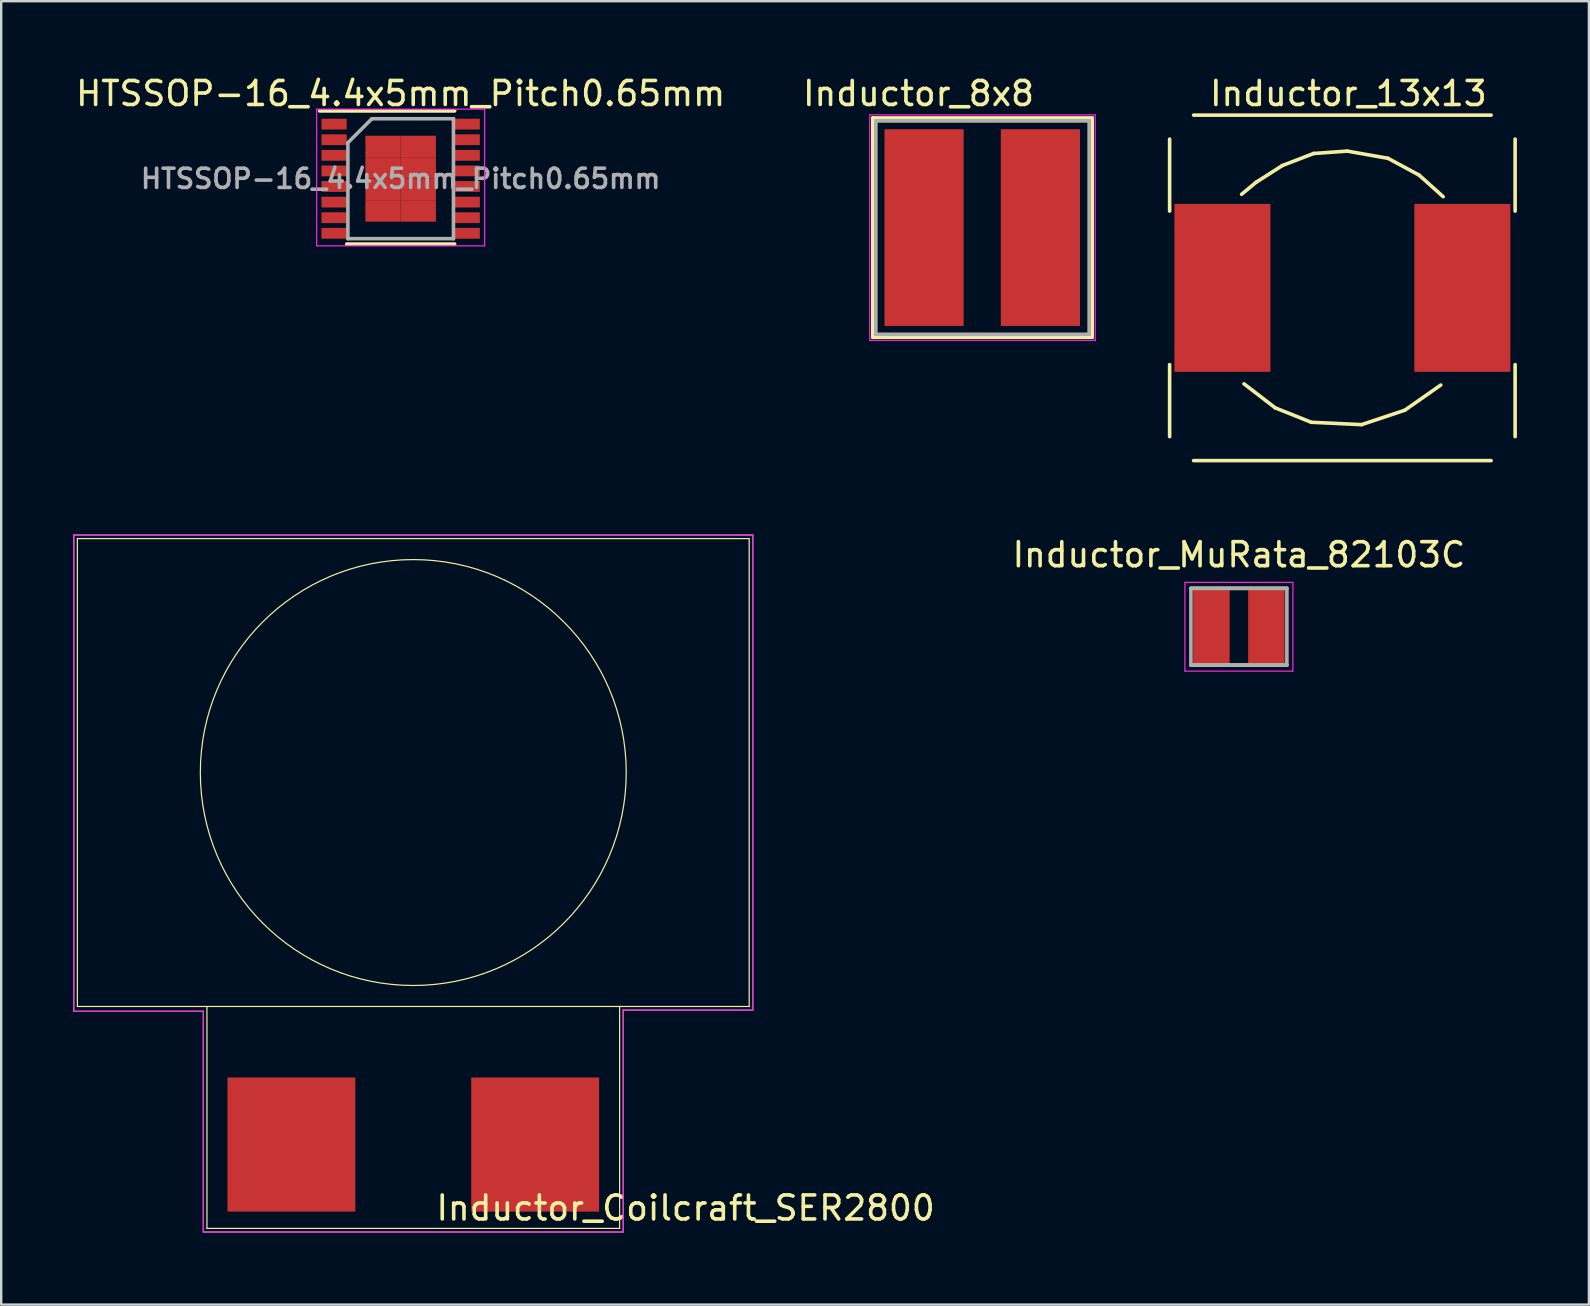
<source format=kicad_pcb>
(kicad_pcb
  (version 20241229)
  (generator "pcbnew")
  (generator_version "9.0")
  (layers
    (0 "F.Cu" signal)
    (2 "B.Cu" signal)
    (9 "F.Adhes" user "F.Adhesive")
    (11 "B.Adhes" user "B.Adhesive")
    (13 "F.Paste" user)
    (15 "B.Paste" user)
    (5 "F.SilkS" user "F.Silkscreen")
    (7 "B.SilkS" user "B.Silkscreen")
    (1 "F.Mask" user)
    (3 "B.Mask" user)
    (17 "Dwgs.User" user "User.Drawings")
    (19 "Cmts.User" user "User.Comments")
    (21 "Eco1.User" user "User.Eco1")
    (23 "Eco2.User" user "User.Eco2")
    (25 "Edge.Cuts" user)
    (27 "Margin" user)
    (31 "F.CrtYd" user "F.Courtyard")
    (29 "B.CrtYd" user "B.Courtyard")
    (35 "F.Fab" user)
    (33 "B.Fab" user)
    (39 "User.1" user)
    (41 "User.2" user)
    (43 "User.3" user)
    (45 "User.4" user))
  (footprint "Inductor_Coilcraft_SER2800"
    (layer "F.Cu")
    (at 14.175 30.298)
    (property "Reference" "Inductor_Coilcraft_SER2800" (at 11.35 17 0) (layer "F.SilkS") (effects (font (size 1 1) (thickness 0.15))))
    (attr smd)
    (fp_line (start -14 -10.9) (end 14 -10.9) (stroke (width 0.05) (type solid)) (layer "F.SilkS"))
    (fp_line (start -14 8.6) (end -14 -10.9) (stroke (width 0.05) (type solid)) (layer "F.SilkS"))
    (fp_line (start -14 8.6) (end 14 8.6) (stroke (width 0.05) (type solid)) (layer "F.SilkS"))
    (fp_line (start -8.6 8.6) (end -8.6 17.85) (stroke (width 0.05) (type solid)) (layer "F.SilkS"))
    (fp_line (start -8.6 17.85) (end 8.6 17.85) (stroke (width 0.05) (type solid)) (layer "F.SilkS"))
    (fp_line (start 8.6 17.85) (end 8.6 8.6) (stroke (width 0.05) (type solid)) (layer "F.SilkS"))
    (fp_line (start 14 8.6) (end 14 -10.9) (stroke (width 0.05) (type solid)) (layer "F.SilkS"))
    (fp_circle (center 0 -1.15) (end 4.5 6.5) (stroke (width 0.05) (type solid)) (fill no) (layer "F.SilkS"))
    (fp_line (start -14.15 -11.05) (end -14.15 8.8) (stroke (width 0.05) (type solid)) (layer "F.CrtYd"))
    (fp_line (start -14.15 8.8) (end -8.75 8.8) (stroke (width 0.05) (type solid)) (layer "F.CrtYd"))
    (fp_line (start -8.75 8.8) (end -8.75 18) (stroke (width 0.05) (type solid)) (layer "F.CrtYd"))
    (fp_line (start -8.75 18) (end 8.75 18) (stroke (width 0.05) (type solid)) (layer "F.CrtYd"))
    (fp_line (start 8.75 8.75) (end 14.15 8.75) (stroke (width 0.05) (type solid)) (layer "F.CrtYd"))
    (fp_line (start 8.75 18) (end 8.75 8.75) (stroke (width 0.05) (type solid)) (layer "F.CrtYd"))
    (fp_line (start 14.15 -11.05) (end -14.15 -11.05) (stroke (width 0.05) (type solid)) (layer "F.CrtYd"))
    (fp_line (start 14.15 8.75) (end 14.15 -11.05) (stroke (width 0.05) (type solid)) (layer "F.CrtYd"))
    (fp_line (start -14.15 -11.05) (end -14.15 8.8) (stroke (width 0.05) (type solid)) (layer "F.Fab"))
    (fp_line (start -14.15 8.8) (end -8.75 8.8) (stroke (width 0.05) (type solid)) (layer "F.Fab"))
    (fp_line (start -8.75 8.8) (end -8.75 18) (stroke (width 0.05) (type solid)) (layer "F.Fab"))
    (fp_line (start -8.75 18) (end 8.75 18) (stroke (width 0.05) (type solid)) (layer "F.Fab"))
    (fp_line (start 8.75 8.75) (end 14.15 8.75) (stroke (width 0.05) (type solid)) (layer "F.Fab"))
    (fp_line (start 8.75 18) (end 8.75 8.75) (stroke (width 0.05) (type solid)) (layer "F.Fab"))
    (fp_line (start 14.15 -11.05) (end -14.15 -11.05) (stroke (width 0.05) (type solid)) (layer "F.Fab"))
    (fp_line (start 14.15 8.75) (end 14.15 -11.05) (stroke (width 0.05) (type solid)) (layer "F.Fab"))
    (pad "1" smd rect (at -5.08 14.355) (size 5.33 5.59) (layers "F.Cu" "F.Mask" "F.Paste"))
    (pad "2" smd rect (at 5.08 14.355) (size 5.33 5.59) (layers "F.Cu" "F.Mask" "F.Paste")))
  (footprint "Inductor_13x13"
    (layer "F.Cu")
    (at 52.898 8.948)
    (property "Reference" "Inductor_13x13" (at 0.25 -8.1 0) (layer "F.SilkS") (effects (font (size 1 1) (thickness 0.15))))
    (attr smd)
    (fp_line (start -7.2 -6.2) (end -7.2 -3.2) (stroke (width 0.15) (type solid)) (layer "F.SilkS"))
    (fp_line (start -7.2 3.2) (end -7.2 6.2) (stroke (width 0.15) (type solid)) (layer "F.SilkS"))
    (fp_line (start -6.2 7.2) (end 6.2 7.2) (stroke (width 0.15) (type solid)) (layer "F.SilkS"))
    (fp_line (start -4.1 4) (end -2.799 5.001) (stroke (width 0.15) (type solid)) (layer "F.SilkS"))
    (fp_line (start -3.599 -4.399) (end -4.2 -3.9) (stroke (width 0.15) (type solid)) (layer "F.SilkS"))
    (fp_line (start -2.799 5.001) (end -1.3 5.601) (stroke (width 0.15) (type solid)) (layer "F.SilkS"))
    (fp_line (start -2.499 -5.1) (end -3.599 -4.399) (stroke (width 0.15) (type solid)) (layer "F.SilkS"))
    (fp_line (start -1.3 5.601) (end 0.8 5.7) (stroke (width 0.15) (type solid)) (layer "F.SilkS"))
    (fp_line (start -1.199 -5.601) (end -2.499 -5.1) (stroke (width 0.15) (type solid)) (layer "F.SilkS"))
    (fp_line (start 0.201 -5.7) (end -1.199 -5.601) (stroke (width 0.15) (type solid)) (layer "F.SilkS"))
    (fp_line (start 0.8 5.7) (end 2.601 5.1) (stroke (width 0.15) (type solid)) (layer "F.SilkS"))
    (fp_line (start 1.9 -5.4) (end 0.201 -5.7) (stroke (width 0.15) (type solid)) (layer "F.SilkS"))
    (fp_line (start 2.601 5.1) (end 4.1 4.05) (stroke (width 0.15) (type solid)) (layer "F.SilkS"))
    (fp_line (start 3.2 -4.699) (end 1.9 -5.4) (stroke (width 0.15) (type solid)) (layer "F.SilkS"))
    (fp_line (start 4.201 -3.8) (end 3.2 -4.699) (stroke (width 0.15) (type solid)) (layer "F.SilkS"))
    (fp_line (start 6.2 -7.2) (end -6.2 -7.2) (stroke (width 0.15) (type solid)) (layer "F.SilkS"))
    (fp_line (start 7.2 -3.2) (end 7.2 -6.2) (stroke (width 0.15) (type solid)) (layer "F.SilkS"))
    (fp_line (start 7.2 6.2) (end 7.2 3.2) (stroke (width 0.15) (type solid)) (layer "F.SilkS"))
    (pad "1" smd rect (at -5 0) (size 4 7) (layers "F.Cu" "F.Mask" "F.Paste"))
    (pad "2" smd rect (at 5 0) (size 4 7) (layers "F.Cu" "F.Mask" "F.Paste")))
  (footprint "Inductor_MuRata_82103C"
    (layer "F.Cu")
    (at 48.585 23.072)
    (property "Reference" "Inductor_MuRata_82103C" (at 0 -3 0) (layer "F.SilkS") (effects (font (size 1 1) (thickness 0.15))))
    (attr smd)
    (fp_line (start -2 -1.6) (end 2 -1.6) (stroke (width 0.15) (type solid)) (layer "F.SilkS"))
    (fp_line (start -2 1.6) (end 2 1.6) (stroke (width 0.15) (type solid)) (layer "F.SilkS"))
    (fp_line (start -2.25 -1.85) (end -2.25 1.85) (stroke (width 0.05) (type solid)) (layer "F.CrtYd"))
    (fp_line (start -2.25 1.85) (end 2.25 1.85) (stroke (width 0.05) (type solid)) (layer "F.CrtYd"))
    (fp_line (start 2.25 -1.85) (end -2.25 -1.85) (stroke (width 0.05) (type solid)) (layer "F.CrtYd"))
    (fp_line (start 2.25 1.85) (end 2.25 -1.85) (stroke (width 0.05) (type solid)) (layer "F.CrtYd"))
    (fp_line (start -2 -1.6) (end -2 1.6) (stroke (width 0.15) (type solid)) (layer "F.Fab"))
    (fp_line (start -2 1.6) (end 2 1.6) (stroke (width 0.15) (type solid)) (layer "F.Fab"))
    (fp_line (start 2 -1.6) (end -2 -1.6) (stroke (width 0.15) (type solid)) (layer "F.Fab"))
    (fp_line (start 2 1.6) (end 2 -1.6) (stroke (width 0.15) (type solid)) (layer "F.Fab"))
    (pad "1" smd rect (at -1.145 0) (size 1.52 3.05) (layers "F.Cu" "F.Mask" "F.Paste"))
    (pad "2" smd rect (at 1.145 0) (size 1.52 3.05) (layers "F.Cu" "F.Mask" "F.Paste")))
  (footprint "Inductor_8x8"
    (layer "F.Cu")
    (at 37.264 6.436)
    (property "Reference" "Inductor_8x8" (at -2.032 -5.588 0) (layer "F.SilkS") (effects (font (size 1 1) (thickness 0.15))))
    (attr smd)
    (fp_line (start -3.937 -4.572) (end 5.207 -4.572) (stroke (width 0.15) (type solid)) (layer "F.SilkS"))
    (fp_line (start -3.937 4.572) (end -3.937 -4.572) (stroke (width 0.15) (type solid)) (layer "F.SilkS"))
    (fp_line (start 5.207 -4.572) (end 5.207 4.572) (stroke (width 0.15) (type solid)) (layer "F.SilkS"))
    (fp_line (start 5.207 4.572) (end -3.937 4.572) (stroke (width 0.15) (type solid)) (layer "F.SilkS"))
    (fp_line (start -4.064 -4.699) (end 5.334 -4.699) (stroke (width 0.05) (type solid)) (layer "F.CrtYd"))
    (fp_line (start -4.064 4.699) (end -4.064 -4.699) (stroke (width 0.05) (type solid)) (layer "F.CrtYd"))
    (fp_line (start 5.334 -4.699) (end 5.334 4.699) (stroke (width 0.05) (type solid)) (layer "F.CrtYd"))
    (fp_line (start 5.334 4.699) (end -4.064 4.699) (stroke (width 0.05) (type solid)) (layer "F.CrtYd"))
    (fp_line (start -3.81 -4.445) (end 5.08 -4.445) (stroke (width 0.15) (type solid)) (layer "F.Fab"))
    (fp_line (start -3.81 4.445) (end -3.81 -4.445) (stroke (width 0.15) (type solid)) (layer "F.Fab"))
    (fp_line (start 5.08 -4.445) (end 5.08 4.445) (stroke (width 0.15) (type solid)) (layer "F.Fab"))
    (fp_line (start 5.08 4.445) (end -3.81 4.445) (stroke (width 0.15) (type solid)) (layer "F.Fab"))
    (pad "1" smd rect (at -1.8 0) (size 3.3 8.2) (layers "F.Cu" "F.Mask" "F.Paste"))
    (pad "2" smd rect (at 3.048 0) (size 3.3 8.2) (layers "F.Cu" "F.Mask" "F.Paste")))
  (footprint "HTSSOP-16_4.4x5mm_Pitch0.65mm"
    (layer "F.Cu")
    (at 13.649 4.398)
    (property "Reference" "HTSSOP-16_4.4x5mm_Pitch0.65mm" (at 0 -3.55 0) (layer "F.SilkS") (effects (font (size 1 1) (thickness 0.15))))
    (attr smd)
    (fp_line (start -3.375 -2.825) (end 2.25 -2.825) (stroke (width 0.15) (type solid)) (layer "F.SilkS"))
    (fp_line (start -2.25 2.725) (end 2.25 2.725) (stroke (width 0.15) (type solid)) (layer "F.SilkS"))
    (fp_line (start -3.5 -2.9) (end -3.5 2.8) (stroke (width 0.05) (type solid)) (layer "F.CrtYd"))
    (fp_line (start -3.5 -2.9) (end 3.5 -2.9) (stroke (width 0.05) (type solid)) (layer "F.CrtYd"))
    (fp_line (start -3.5 2.8) (end 3.5 2.8) (stroke (width 0.05) (type solid)) (layer "F.CrtYd"))
    (fp_line (start 3.5 -2.9) (end 3.5 2.8) (stroke (width 0.05) (type solid)) (layer "F.CrtYd"))
    (fp_line (start -2.2 -1.5) (end -1.2 -2.5) (stroke (width 0.15) (type solid)) (layer "F.Fab"))
    (fp_line (start -2.2 2.5) (end -2.2 -1.5) (stroke (width 0.15) (type solid)) (layer "F.Fab"))
    (fp_line (start -1.2 -2.5) (end 2.2 -2.5) (stroke (width 0.15) (type solid)) (layer "F.Fab"))
    (fp_line (start 2.2 -2.5) (end 2.2 2.5) (stroke (width 0.15) (type solid)) (layer "F.Fab"))
    (fp_line (start 2.2 2.5) (end -2.2 2.5) (stroke (width 0.15) (type solid)) (layer "F.Fab"))
    (fp_text user "${REFERENCE}" (at 0 0 0) (layer "F.Fab") (effects (font (size 0.8 0.8) (thickness 0.15))))
    (pad "1" smd rect (at -2.775 -2.275) (size 1.05 0.45) (layers "F.Cu" "F.Mask" "F.Paste"))
    (pad "2" smd rect (at -2.775 -1.625) (size 1.05 0.45) (layers "F.Cu" "F.Mask" "F.Paste"))
    (pad "3" smd rect (at -2.775 -0.975) (size 1.05 0.45) (layers "F.Cu" "F.Mask" "F.Paste"))
    (pad "4" smd rect (at -2.775 -0.325) (size 1.05 0.45) (layers "F.Cu" "F.Mask" "F.Paste"))
    (pad "5" smd rect (at -2.775 0.325) (size 1.05 0.45) (layers "F.Cu" "F.Mask" "F.Paste"))
    (pad "6" smd rect (at -2.775 0.975) (size 1.05 0.45) (layers "F.Cu" "F.Mask" "F.Paste"))
    (pad "7" smd rect (at -2.775 1.625) (size 1.05 0.45) (layers "F.Cu" "F.Mask" "F.Paste"))
    (pad "8" smd rect (at -2.775 2.275) (size 1.05 0.45) (layers "F.Cu" "F.Mask" "F.Paste"))
    (pad "8" smd rect (at -0.735 -1.343) (size 1.47 0.895) (layers "F.Cu" "F.Mask" "F.Paste"))
    (pad "8" smd rect (at -0.735 -0.448) (size 1.47 0.895) (layers "F.Cu" "F.Mask" "F.Paste"))
    (pad "8" smd rect (at -0.735 0.448) (size 1.47 0.895) (layers "F.Cu" "F.Mask" "F.Paste"))
    (pad "8" smd rect (at -0.735 1.343) (size 1.47 0.895) (layers "F.Cu" "F.Mask" "F.Paste"))
    (pad "8" smd rect (at 0.735 -1.343) (size 1.47 0.895) (layers "F.Cu" "F.Mask" "F.Paste"))
    (pad "8" smd rect (at 0.735 -0.448) (size 1.47 0.895) (layers "F.Cu" "F.Mask" "F.Paste"))
    (pad "8" smd rect (at 0.735 0.448) (size 1.47 0.895) (layers "F.Cu" "F.Mask" "F.Paste"))
    (pad "8" smd rect (at 0.735 1.343) (size 1.47 0.895) (layers "F.Cu" "F.Mask" "F.Paste"))
    (pad "9" smd rect (at 2.775 2.275) (size 1.05 0.45) (layers "F.Cu" "F.Mask" "F.Paste"))
    (pad "10" smd rect (at 2.775 1.625) (size 1.05 0.45) (layers "F.Cu" "F.Mask" "F.Paste"))
    (pad "11" smd rect (at 2.775 0.975) (size 1.05 0.45) (layers "F.Cu" "F.Mask" "F.Paste"))
    (pad "12" smd rect (at 2.775 0.325) (size 1.05 0.45) (layers "F.Cu" "F.Mask" "F.Paste"))
    (pad "13" smd rect (at 2.775 -0.325) (size 1.05 0.45) (layers "F.Cu" "F.Mask" "F.Paste"))
    (pad "14" smd rect (at 2.775 -0.975) (size 1.05 0.45) (layers "F.Cu" "F.Mask" "F.Paste"))
    (pad "15" smd rect (at 2.775 -1.625) (size 1.05 0.45) (layers "F.Cu" "F.Mask" "F.Paste"))
    (pad "16" smd rect (at 2.775 -2.275) (size 1.05 0.45) (layers "F.Cu" "F.Mask" "F.Paste")))
  (gr_rect
    (start -3 -3)
    (end 63.173 51.323)
    (stroke (width 0.1) (type default))
    (fill no)
    (layer "Edge.Cuts")))
</source>
